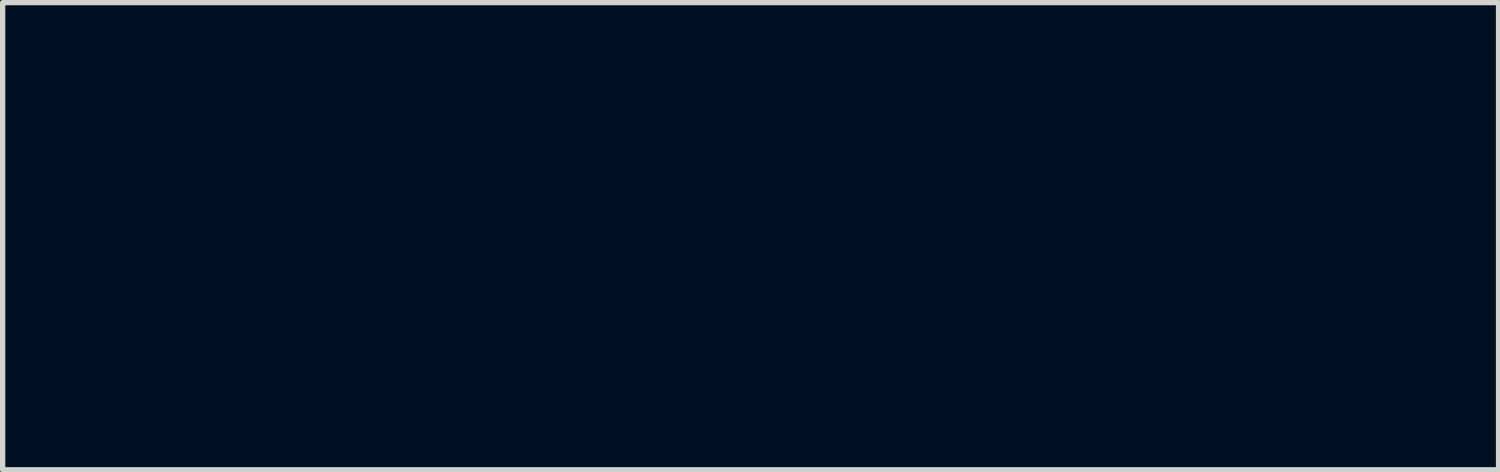
<source format=kicad_pcb>
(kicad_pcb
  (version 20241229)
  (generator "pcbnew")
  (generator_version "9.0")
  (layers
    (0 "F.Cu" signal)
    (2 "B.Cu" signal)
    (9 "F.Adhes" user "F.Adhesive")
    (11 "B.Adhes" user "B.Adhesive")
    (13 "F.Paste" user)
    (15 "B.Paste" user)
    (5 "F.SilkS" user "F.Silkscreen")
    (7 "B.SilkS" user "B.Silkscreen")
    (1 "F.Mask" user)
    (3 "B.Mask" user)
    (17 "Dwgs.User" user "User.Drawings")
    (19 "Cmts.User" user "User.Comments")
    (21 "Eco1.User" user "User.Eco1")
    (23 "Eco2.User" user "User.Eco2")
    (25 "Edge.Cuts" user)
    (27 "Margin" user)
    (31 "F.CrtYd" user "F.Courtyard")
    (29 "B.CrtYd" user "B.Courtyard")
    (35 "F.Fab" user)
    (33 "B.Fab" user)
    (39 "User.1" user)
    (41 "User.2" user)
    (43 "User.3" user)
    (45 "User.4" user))
  (footprint "cryptovillageBMask"
    (layer "F.Cu")
    (at 11.147 1.418)
    (property "Reference" "cryptovillageBMask" (at 0 0 0) (layer "B.Mask") (effects (font (size 1.524 1.524) (thickness 0.3)) (justify mirror)))
    (attr through_hole)
    (fp_poly (pts (xy -2.765 -0.984) (xy -2.794 -0.981) (xy -2.815 -0.976) (xy -2.83 -0.968) (xy -2.841 -0.955) (xy -2.847 -0.944) (xy -2.849 -0.94) (xy -2.85 -0.935) (xy -2.851 -0.927) (xy -2.852 -0.916) (xy -2.853 -0.902) (xy -2.854 -0.884) (xy -2.854 -0.861) (xy -2.855 -0.833) (xy -2.856 -0.799) (xy -2.856 -0.759) (xy -2.856 -0.711) (xy -2.857 -0.656) (xy -2.857 -0.592) (xy -2.857 -0.519) (xy -2.857 -0.437) (xy -2.857 -0.345) (xy -2.857 -0.242) (xy -2.857 -0.128) (xy -2.857 -0.001) (xy -2.857 0.034) (xy -2.857 0.991) (xy -2.768 0.991) (xy -2.733 0.991) (xy -2.708 0.99) (xy -2.691 0.989) (xy -2.68 0.986) (xy -2.672 0.982) (xy -2.665 0.977) (xy -2.664 0.975) (xy -2.648 0.959) (xy -2.648 -0.984) (xy -2.724 -0.984) (xy -2.765 -0.984)) (stroke (width 0.01) (type solid)) (fill yes) (layer "B.Mask"))
    (fp_poly (pts (xy -5.723 -0.984) (xy -5.753 -0.982) (xy -5.774 -0.979) (xy -5.782 -0.977) (xy -5.787 -0.975) (xy -5.791 -0.973) (xy -5.795 -0.971) (xy -5.799 -0.967) (xy -5.802 -0.963) (xy -5.804 -0.955) (xy -5.807 -0.945) (xy -5.809 -0.932) (xy -5.811 -0.914) (xy -5.812 -0.891) (xy -5.813 -0.863) (xy -5.814 -0.829) (xy -5.815 -0.788) (xy -5.816 -0.74) (xy -5.816 -0.684) (xy -5.816 -0.619) (xy -5.816 -0.545) (xy -5.817 -0.462) (xy -5.817 -0.367) (xy -5.817 -0.262) (xy -5.817 -0.145) (xy -5.817 -0.073) (xy -5.817 0.787) (xy -6.273 0.791) (xy -6.241 0.864) (xy -6.225 0.9) (xy -6.212 0.926) (xy -6.202 0.945) (xy -6.193 0.957) (xy -6.183 0.966) (xy -6.172 0.973) (xy -6.163 0.978) (xy -6.156 0.981) (xy -6.149 0.983) (xy -6.139 0.986) (xy -6.127 0.987) (xy -6.11 0.988) (xy -6.088 0.989) (xy -6.059 0.99) (xy -6.021 0.99) (xy -5.975 0.991) (xy -5.918 0.991) (xy -5.872 0.991) (xy -5.607 0.991) (xy -5.607 -0.984) (xy -5.686 -0.984) (xy -5.723 -0.984)) (stroke (width 0.01) (type solid)) (fill yes) (layer "B.Mask"))
    (fp_poly (pts (xy -4.166 -0.984) (xy -4.195 -0.982) (xy -4.216 -0.98) (xy -4.229 -0.978) (xy -4.229 -0.978) (xy -4.234 -0.976) (xy -4.238 -0.973) (xy -4.241 -0.971) (xy -4.245 -0.967) (xy -4.247 -0.962) (xy -4.25 -0.954) (xy -4.252 -0.943) (xy -4.254 -0.929) (xy -4.255 -0.91) (xy -4.257 -0.886) (xy -4.258 -0.857) (xy -4.259 -0.822) (xy -4.259 -0.78) (xy -4.26 -0.73) (xy -4.26 -0.672) (xy -4.261 -0.606) (xy -4.261 -0.53) (xy -4.261 -0.445) (xy -4.261 -0.349) (xy -4.261 -0.241) (xy -4.261 -0.122) (xy -4.261 -0.073) (xy -4.261 0.787) (xy -4.489 0.787) (xy -4.542 0.787) (xy -4.59 0.788) (xy -4.633 0.788) (xy -4.668 0.788) (xy -4.695 0.789) (xy -4.712 0.789) (xy -4.718 0.79) (xy -4.716 0.797) (xy -4.709 0.813) (xy -4.699 0.836) (xy -4.687 0.862) (xy -4.675 0.889) (xy -4.663 0.914) (xy -4.653 0.934) (xy -4.646 0.948) (xy -4.644 0.951) (xy -4.632 0.963) (xy -4.615 0.975) (xy -4.608 0.978) (xy -4.601 0.981) (xy -4.593 0.984) (xy -4.582 0.986) (xy -4.568 0.987) (xy -4.549 0.988) (xy -4.524 0.989) (xy -4.492 0.99) (xy -4.451 0.99) (xy -4.401 0.99) (xy -4.339 0.99) (xy -4.316 0.99) (xy -4.051 0.991) (xy -4.051 -0.984) (xy -4.134 -0.984) (xy -4.166 -0.984)) (stroke (width 0.01) (type solid)) (fill yes) (layer "B.Mask"))
    (fp_poly (pts (xy 1.606 -0.97) (xy 1.617 -0.943) (xy 1.631 -0.913) (xy 1.646 -0.883) (xy 1.661 -0.854) (xy 1.675 -0.83) (xy 1.686 -0.813) (xy 1.69 -0.808) (xy 1.703 -0.798) (xy 1.717 -0.791) (xy 1.736 -0.786) (xy 1.762 -0.783) (xy 1.795 -0.782) (xy 1.839 -0.781) (xy 1.849 -0.781) (xy 1.887 -0.781) (xy 1.914 -0.781) (xy 1.933 -0.779) (xy 1.946 -0.777) (xy 1.955 -0.774) (xy 1.962 -0.769) (xy 1.967 -0.766) (xy 1.984 -0.75) (xy 1.986 0.12) (xy 1.988 0.991) (xy 2.077 0.991) (xy 2.112 0.99) (xy 2.138 0.99) (xy 2.155 0.988) (xy 2.166 0.986) (xy 2.173 0.982) (xy 2.178 0.978) (xy 2.18 0.976) (xy 2.181 0.973) (xy 2.183 0.97) (xy 2.184 0.964) (xy 2.185 0.956) (xy 2.186 0.945) (xy 2.187 0.93) (xy 2.188 0.911) (xy 2.189 0.886) (xy 2.189 0.856) (xy 2.19 0.82) (xy 2.19 0.777) (xy 2.19 0.726) (xy 2.19 0.667) (xy 2.191 0.6) (xy 2.191 0.522) (xy 2.191 0.435) (xy 2.191 0.337) (xy 2.191 0.228) (xy 2.191 0.106) (xy 2.191 -0.781) (xy 2.477 -0.781) (xy 2.475 -0.867) (xy 2.474 -0.902) (xy 2.473 -0.926) (xy 2.472 -0.942) (xy 2.469 -0.953) (xy 2.464 -0.96) (xy 2.458 -0.967) (xy 2.456 -0.969) (xy 2.438 -0.984) (xy 1.601 -0.984) (xy 1.606 -0.97)) (stroke (width 0.01) (type solid)) (fill yes) (layer "B.Mask"))
    (fp_poly (pts (xy 4.969 -0.97) (xy 4.971 -0.962) (xy 4.975 -0.942) (xy 4.981 -0.912) (xy 4.99 -0.872) (xy 5 -0.823) (xy 5.012 -0.766) (xy 5.025 -0.702) (xy 5.04 -0.633) (xy 5.056 -0.558) (xy 5.072 -0.478) (xy 5.09 -0.397) (xy 5.207 0.162) (xy 5.207 0.991) (xy 5.384 0.991) (xy 5.4 0.971) (xy 5.417 0.952) (xy 5.417 0.175) (xy 5.662 -0.981) (xy 5.574 -0.983) (xy 5.533 -0.983) (xy 5.503 -0.982) (xy 5.482 -0.979) (xy 5.467 -0.973) (xy 5.457 -0.963) (xy 5.45 -0.95) (xy 5.449 -0.947) (xy 5.447 -0.938) (xy 5.443 -0.917) (xy 5.437 -0.887) (xy 5.429 -0.847) (xy 5.421 -0.799) (xy 5.411 -0.745) (xy 5.4 -0.686) (xy 5.389 -0.622) (xy 5.382 -0.578) (xy 5.37 -0.512) (xy 5.359 -0.45) (xy 5.349 -0.393) (xy 5.34 -0.342) (xy 5.332 -0.297) (xy 5.326 -0.261) (xy 5.321 -0.235) (xy 5.317 -0.218) (xy 5.316 -0.214) (xy 5.314 -0.218) (xy 5.31 -0.233) (xy 5.305 -0.26) (xy 5.297 -0.297) (xy 5.289 -0.343) (xy 5.278 -0.399) (xy 5.267 -0.462) (xy 5.254 -0.533) (xy 5.247 -0.576) (xy 5.182 -0.949) (xy 5.163 -0.967) (xy 5.155 -0.974) (xy 5.147 -0.978) (xy 5.137 -0.982) (xy 5.122 -0.983) (xy 5.101 -0.984) (xy 5.07 -0.984) (xy 5.054 -0.984) (xy 4.965 -0.984) (xy 4.969 -0.97)) (stroke (width 0.01) (type solid)) (fill yes) (layer "B.Mask"))
    (fp_poly (pts (xy 3.742 -0.983) (xy 3.527 -0.981) (xy 3.486 -0.961) (xy 3.438 -0.931) (xy 3.398 -0.891) (xy 3.367 -0.846) (xy 3.363 -0.838) (xy 3.343 -0.797) (xy 3.342 -0.481) (xy 3.341 -0.404) (xy 3.341 -0.337) (xy 3.341 -0.281) (xy 3.342 -0.234) (xy 3.343 -0.195) (xy 3.345 -0.163) (xy 3.347 -0.137) (xy 3.35 -0.115) (xy 3.354 -0.096) (xy 3.359 -0.079) (xy 3.366 -0.063) (xy 3.373 -0.047) (xy 3.375 -0.042) (xy 3.389 -0.017) (xy 3.407 0.009) (xy 3.419 0.024) (xy 3.451 0.054) (xy 3.488 0.077) (xy 3.531 0.093) (xy 3.582 0.103) (xy 3.642 0.107) (xy 3.669 0.108) (xy 3.747 0.108) (xy 3.747 0.991) (xy 3.838 0.991) (xy 3.874 0.991) (xy 3.899 0.99) (xy 3.916 0.989) (xy 3.927 0.987) (xy 3.934 0.983) (xy 3.94 0.978) (xy 3.943 0.974) (xy 3.956 0.957) (xy 3.956 -0.089) (xy 3.747 -0.089) (xy 3.682 -0.089) (xy 3.65 -0.089) (xy 3.628 -0.091) (xy 3.612 -0.095) (xy 3.598 -0.1) (xy 3.595 -0.102) (xy 3.576 -0.116) (xy 3.558 -0.134) (xy 3.556 -0.138) (xy 3.54 -0.161) (xy 3.538 -0.423) (xy 3.538 -0.493) (xy 3.538 -0.552) (xy 3.538 -0.6) (xy 3.539 -0.639) (xy 3.54 -0.67) (xy 3.542 -0.694) (xy 3.545 -0.713) (xy 3.549 -0.727) (xy 3.554 -0.738) (xy 3.561 -0.748) (xy 3.568 -0.756) (xy 3.571 -0.759) (xy 3.591 -0.775) (xy 3.615 -0.786) (xy 3.647 -0.792) (xy 3.687 -0.794) (xy 3.694 -0.794) (xy 3.747 -0.794) (xy 3.747 -0.089) (xy 3.956 -0.089) (xy 3.956 -0.985) (xy 3.742 -0.983)) (stroke (width 0.01) (type solid)) (fill yes) (layer "B.Mask"))
    (fp_poly (pts (xy -11.029 -0.929) (xy -11.016 -0.901) (xy -11.004 -0.875) (xy -10.995 -0.854) (xy -10.992 -0.848) (xy -10.981 -0.827) (xy -10.969 -0.81) (xy -10.954 -0.798) (xy -10.933 -0.789) (xy -10.906 -0.783) (xy -10.87 -0.779) (xy -10.825 -0.777) (xy -10.8 -0.776) (xy -10.759 -0.775) (xy -10.729 -0.774) (xy -10.708 -0.772) (xy -10.695 -0.77) (xy -10.686 -0.768) (xy -10.681 -0.764) (xy -10.677 -0.76) (xy -10.675 -0.755) (xy -10.673 -0.747) (xy -10.672 -0.735) (xy -10.671 -0.717) (xy -10.67 -0.693) (xy -10.669 -0.661) (xy -10.668 -0.621) (xy -10.668 -0.571) (xy -10.668 -0.51) (xy -10.668 -0.446) (xy -10.668 -0.146) (xy -10.972 -0.146) (xy -10.95 -0.094) (xy -10.93 -0.048) (xy -10.913 -0.012) (xy -10.898 0.015) (xy -10.882 0.033) (xy -10.865 0.045) (xy -10.844 0.053) (xy -10.819 0.056) (xy -10.788 0.057) (xy -10.777 0.057) (xy -10.736 0.058) (xy -10.706 0.063) (xy -10.686 0.07) (xy -10.674 0.082) (xy -10.672 0.086) (xy -10.671 0.094) (xy -10.671 0.114) (xy -10.67 0.144) (xy -10.669 0.183) (xy -10.669 0.23) (xy -10.668 0.283) (xy -10.668 0.343) (xy -10.668 0.406) (xy -10.668 0.442) (xy -10.668 0.787) (xy -10.878 0.787) (xy -10.942 0.788) (xy -10.995 0.788) (xy -11.037 0.789) (xy -11.066 0.79) (xy -11.083 0.792) (xy -11.087 0.794) (xy -11.084 0.804) (xy -11.077 0.823) (xy -11.066 0.847) (xy -11.054 0.875) (xy -11.04 0.902) (xy -11.028 0.927) (xy -11.017 0.946) (xy -11.01 0.957) (xy -11.009 0.958) (xy -11.002 0.966) (xy -10.994 0.972) (xy -10.984 0.978) (xy -10.973 0.982) (xy -10.957 0.985) (xy -10.936 0.987) (xy -10.908 0.989) (xy -10.873 0.99) (xy -10.829 0.99) (xy -10.775 0.991) (xy -10.71 0.991) (xy -10.706 0.991) (xy -10.458 0.991) (xy -10.458 -0.947) (xy -10.477 -0.966) (xy -10.496 -0.984) (xy -10.775 -0.984) (xy -11.055 -0.984) (xy -11.029 -0.929)) (stroke (width 0.01) (type solid)) (fill yes) (layer "B.Mask"))
    (fp_poly (pts (xy 7.031 -0.983) (xy 6.81 -0.981) (xy 6.768 -0.96) (xy 6.723 -0.932) (xy 6.685 -0.894) (xy 6.654 -0.849) (xy 6.649 -0.838) (xy 6.633 -0.803) (xy 6.631 -0.433) (xy 6.63 -0.349) (xy 6.63 -0.277) (xy 6.63 -0.216) (xy 6.631 -0.165) (xy 6.631 -0.123) (xy 6.633 -0.088) (xy 6.635 -0.06) (xy 6.637 -0.038) (xy 6.64 -0.02) (xy 6.645 -0.006) (xy 6.65 0.004) (xy 6.656 0.014) (xy 6.663 0.022) (xy 6.67 0.03) (xy 6.683 0.042) (xy 6.687 0.05) (xy 6.684 0.056) (xy 6.679 0.062) (xy 6.661 0.084) (xy 6.647 0.116) (xy 6.637 0.151) (xy 6.635 0.165) (xy 6.633 0.191) (xy 6.632 0.228) (xy 6.631 0.276) (xy 6.63 0.337) (xy 6.63 0.41) (xy 6.63 0.495) (xy 6.629 0.588) (xy 6.629 0.991) (xy 6.839 0.991) (xy 6.839 0.224) (xy 6.853 0.197) (xy 6.867 0.176) (xy 6.883 0.162) (xy 6.904 0.153) (xy 6.932 0.148) (xy 6.97 0.146) (xy 6.977 0.146) (xy 7.042 0.146) (xy 7.042 0.991) (xy 7.252 0.991) (xy 7.252 -0.049) (xy 7.042 -0.049) (xy 6.974 -0.052) (xy 6.931 -0.056) (xy 6.9 -0.061) (xy 6.885 -0.066) (xy 6.868 -0.079) (xy 6.854 -0.097) (xy 6.852 -0.101) (xy 6.849 -0.108) (xy 6.846 -0.115) (xy 6.844 -0.123) (xy 6.843 -0.135) (xy 6.841 -0.151) (xy 6.84 -0.172) (xy 6.84 -0.2) (xy 6.839 -0.235) (xy 6.839 -0.28) (xy 6.839 -0.334) (xy 6.839 -0.399) (xy 6.839 -0.424) (xy 6.839 -0.493) (xy 6.839 -0.552) (xy 6.839 -0.599) (xy 6.84 -0.638) (xy 6.84 -0.668) (xy 6.841 -0.692) (xy 6.843 -0.709) (xy 6.844 -0.722) (xy 6.846 -0.732) (xy 6.848 -0.739) (xy 6.85 -0.743) (xy 6.862 -0.761) (xy 6.878 -0.775) (xy 6.9 -0.784) (xy 6.931 -0.789) (xy 6.971 -0.792) (xy 6.973 -0.793) (xy 7.042 -0.795) (xy 7.042 -0.049) (xy 7.252 -0.049) (xy 7.252 -0.985) (xy 7.031 -0.983)) (stroke (width 0.01) (type solid)) (fill yes) (layer "B.Mask"))
    (fp_poly (pts (xy 0.265 -0.982) (xy 0.217 -0.952) (xy 0.176 -0.912) (xy 0.145 -0.866) (xy 0.125 -0.814) (xy 0.121 -0.794) (xy 0.12 -0.783) (xy 0.119 -0.76) (xy 0.118 -0.726) (xy 0.117 -0.683) (xy 0.117 -0.63) (xy 0.116 -0.57) (xy 0.116 -0.503) (xy 0.115 -0.429) (xy 0.115 -0.351) (xy 0.115 -0.269) (xy 0.114 -0.184) (xy 0.114 -0.097) (xy 0.114 -0.009) (xy 0.114 0.079) (xy 0.114 0.167) (xy 0.115 0.252) (xy 0.115 0.335) (xy 0.115 0.414) (xy 0.115 0.489) (xy 0.116 0.557) (xy 0.116 0.619) (xy 0.117 0.673) (xy 0.118 0.719) (xy 0.119 0.755) (xy 0.119 0.781) (xy 0.12 0.795) (xy 0.12 0.796) (xy 0.135 0.85) (xy 0.161 0.9) (xy 0.197 0.942) (xy 0.24 0.975) (xy 0.26 0.986) (xy 0.301 1.006) (xy 0.438 1.008) (xy 0.484 1.008) (xy 0.52 1.008) (xy 0.547 1.008) (xy 0.567 1.007) (xy 0.583 1.004) (xy 0.596 1.001) (xy 0.608 0.998) (xy 0.659 0.973) (xy 0.702 0.938) (xy 0.737 0.894) (xy 0.754 0.864) (xy 0.772 0.829) (xy 0.772 -0.747) (xy 0.565 -0.747) (xy 0.565 0.754) (xy 0.551 0.775) (xy 0.524 0.804) (xy 0.491 0.823) (xy 0.453 0.83) (xy 0.413 0.826) (xy 0.411 0.825) (xy 0.382 0.812) (xy 0.357 0.791) (xy 0.34 0.766) (xy 0.339 0.764) (xy 0.337 0.754) (xy 0.336 0.733) (xy 0.335 0.701) (xy 0.334 0.659) (xy 0.333 0.608) (xy 0.332 0.549) (xy 0.331 0.484) (xy 0.331 0.413) (xy 0.33 0.337) (xy 0.33 0.256) (xy 0.329 0.173) (xy 0.329 0.089) (xy 0.329 0.003) (xy 0.329 -0.083) (xy 0.329 -0.168) (xy 0.33 -0.251) (xy 0.33 -0.331) (xy 0.331 -0.407) (xy 0.331 -0.478) (xy 0.332 -0.544) (xy 0.333 -0.602) (xy 0.334 -0.653) (xy 0.335 -0.695) (xy 0.336 -0.727) (xy 0.337 -0.748) (xy 0.339 -0.758) (xy 0.357 -0.786) (xy 0.383 -0.807) (xy 0.413 -0.819) (xy 0.447 -0.823) (xy 0.481 -0.818) (xy 0.512 -0.805) (xy 0.54 -0.783) (xy 0.551 -0.769) (xy 0.565 -0.747) (xy 0.772 -0.747) (xy 0.772 -0.822) (xy 0.755 -0.859) (xy 0.726 -0.904) (xy 0.689 -0.944) (xy 0.645 -0.975) (xy 0.636 -0.98) (xy 0.594 -1) (xy 0.302 -1) (xy 0.265 -0.982)) (stroke (width 0.01) (type solid)) (fill yes) (layer "B.Mask"))
    (fp_poly (pts (xy -1.625 -0.951) (xy -1.623 -0.941) (xy -1.62 -0.919) (xy -1.615 -0.886) (xy -1.608 -0.843) (xy -1.6 -0.79) (xy -1.591 -0.728) (xy -1.58 -0.657) (xy -1.568 -0.58) (xy -1.555 -0.495) (xy -1.541 -0.404) (xy -1.527 -0.309) (xy -1.511 -0.208) (xy -1.495 -0.103) (xy -1.479 0.004) (xy -1.477 0.019) (xy -1.46 0.127) (xy -1.444 0.231) (xy -1.429 0.332) (xy -1.414 0.427) (xy -1.4 0.518) (xy -1.387 0.602) (xy -1.375 0.68) (xy -1.365 0.75) (xy -1.355 0.811) (xy -1.347 0.864) (xy -1.34 0.908) (xy -1.335 0.941) (xy -1.332 0.962) (xy -1.33 0.973) (xy -1.33 0.973) (xy -1.326 0.991) (xy -1.258 0.99) (xy -1.222 0.99) (xy -1.196 0.987) (xy -1.177 0.983) (xy -1.17 0.98) (xy -1.145 0.962) (xy -1.125 0.933) (xy -1.109 0.897) (xy -1.108 0.892) (xy -1.106 0.883) (xy -1.103 0.862) (xy -1.097 0.831) (xy -1.091 0.789) (xy -1.083 0.739) (xy -1.073 0.68) (xy -1.063 0.614) (xy -1.051 0.541) (xy -1.039 0.463) (xy -1.026 0.379) (xy -1.012 0.292) (xy -0.998 0.202) (xy -0.984 0.11) (xy -0.969 0.016) (xy -0.955 -0.078) (xy -0.94 -0.172) (xy -0.926 -0.265) (xy -0.912 -0.356) (xy -0.899 -0.444) (xy -0.886 -0.528) (xy -0.874 -0.607) (xy -0.862 -0.681) (xy -0.852 -0.748) (xy -0.843 -0.809) (xy -0.835 -0.861) (xy -0.829 -0.904) (xy -0.824 -0.938) (xy -0.821 -0.961) (xy -0.819 -0.973) (xy -0.819 -0.973) (xy -0.82 -0.978) (xy -0.825 -0.981) (xy -0.836 -0.983) (xy -0.853 -0.984) (xy -0.881 -0.984) (xy -0.907 -0.984) (xy -0.942 -0.984) (xy -0.967 -0.984) (xy -0.984 -0.982) (xy -0.994 -0.98) (xy -1.002 -0.976) (xy -1.007 -0.97) (xy -1.008 -0.97) (xy -1.02 -0.955) (xy -1.027 -0.943) (xy -1.029 -0.935) (xy -1.033 -0.915) (xy -1.038 -0.885) (xy -1.045 -0.845) (xy -1.053 -0.795) (xy -1.062 -0.737) (xy -1.072 -0.672) (xy -1.083 -0.601) (xy -1.095 -0.524) (xy -1.108 -0.442) (xy -1.121 -0.356) (xy -1.128 -0.311) (xy -1.141 -0.225) (xy -1.154 -0.142) (xy -1.166 -0.064) (xy -1.177 0.009) (xy -1.188 0.075) (xy -1.197 0.134) (xy -1.205 0.185) (xy -1.212 0.228) (xy -1.218 0.261) (xy -1.222 0.283) (xy -1.224 0.294) (xy -1.224 0.295) (xy -1.226 0.287) (xy -1.229 0.267) (xy -1.233 0.237) (xy -1.239 0.197) (xy -1.247 0.147) (xy -1.256 0.089) (xy -1.266 0.024) (xy -1.277 -0.047) (xy -1.288 -0.125) (xy -1.301 -0.207) (xy -1.314 -0.293) (xy -1.323 -0.349) (xy -1.419 -0.981) (xy -1.63 -0.985) (xy -1.625 -0.951)) (stroke (width 0.01) (type solid)) (fill yes) (layer "B.Mask"))
    (fp_poly (pts (xy -7.371 -0.983) (xy -7.402 -0.98) (xy -7.424 -0.974) (xy -7.441 -0.963) (xy -7.453 -0.948) (xy -7.461 -0.932) (xy -7.464 -0.922) (xy -7.468 -0.9) (xy -7.474 -0.866) (xy -7.482 -0.821) (xy -7.492 -0.764) (xy -7.503 -0.695) (xy -7.516 -0.614) (xy -7.531 -0.521) (xy -7.547 -0.416) (xy -7.565 -0.298) (xy -7.585 -0.168) (xy -7.607 -0.026) (xy -7.616 0.035) (xy -7.633 0.143) (xy -7.649 0.247) (xy -7.664 0.347) (xy -7.679 0.443) (xy -7.692 0.533) (xy -7.705 0.617) (xy -7.717 0.694) (xy -7.727 0.763) (xy -7.736 0.824) (xy -7.744 0.876) (xy -7.751 0.919) (xy -7.755 0.951) (xy -7.758 0.973) (xy -7.76 0.982) (xy -7.76 0.983) (xy -7.757 0.986) (xy -7.747 0.988) (xy -7.728 0.989) (xy -7.7 0.99) (xy -7.661 0.991) (xy -7.645 0.991) (xy -7.609 0.99) (xy -7.577 0.99) (xy -7.552 0.988) (xy -7.536 0.987) (xy -7.531 0.985) (xy -7.53 0.978) (xy -7.528 0.959) (xy -7.524 0.929) (xy -7.519 0.89) (xy -7.513 0.843) (xy -7.506 0.788) (xy -7.498 0.727) (xy -7.489 0.66) (xy -7.48 0.589) (xy -7.47 0.514) (xy -7.46 0.437) (xy -7.45 0.359) (xy -7.439 0.28) (xy -7.429 0.202) (xy -7.419 0.126) (xy -7.409 0.052) (xy -7.4 -0.018) (xy -7.391 -0.084) (xy -7.383 -0.144) (xy -7.376 -0.197) (xy -7.37 -0.242) (xy -7.365 -0.279) (xy -7.361 -0.306) (xy -7.359 -0.323) (xy -7.358 -0.327) (xy -7.357 -0.322) (xy -7.354 -0.304) (xy -7.35 -0.275) (xy -7.345 -0.237) (xy -7.339 -0.189) (xy -7.331 -0.132) (xy -7.323 -0.068) (xy -7.313 0.003) (xy -7.303 0.08) (xy -7.292 0.162) (xy -7.281 0.248) (xy -7.272 0.319) (xy -7.26 0.409) (xy -7.249 0.495) (xy -7.238 0.577) (xy -7.228 0.653) (xy -7.219 0.724) (xy -7.21 0.788) (xy -7.203 0.844) (xy -7.196 0.892) (xy -7.191 0.93) (xy -7.187 0.958) (xy -7.185 0.975) (xy -7.184 0.979) (xy -7.182 0.983) (xy -7.177 0.986) (xy -7.167 0.988) (xy -7.151 0.99) (xy -7.127 0.99) (xy -7.093 0.991) (xy -7.067 0.991) (xy -6.952 0.991) (xy -6.956 0.973) (xy -6.957 0.965) (xy -6.96 0.945) (xy -6.965 0.915) (xy -6.971 0.874) (xy -6.979 0.825) (xy -6.988 0.767) (xy -6.998 0.701) (xy -7.009 0.629) (xy -7.02 0.551) (xy -7.033 0.468) (xy -7.046 0.38) (xy -7.06 0.29) (xy -7.074 0.196) (xy -7.089 0.101) (xy -7.103 0.006) (xy -7.118 -0.09) (xy -7.132 -0.186) (xy -7.146 -0.279) (xy -7.16 -0.371) (xy -7.173 -0.459) (xy -7.186 -0.542) (xy -7.198 -0.622) (xy -7.209 -0.695) (xy -7.219 -0.762) (xy -7.228 -0.821) (xy -7.236 -0.872) (xy -7.242 -0.915) (xy -7.247 -0.947) (xy -7.25 -0.969) (xy -7.252 -0.979) (xy -7.252 -0.98) (xy -7.258 -0.982) (xy -7.274 -0.983) (xy -7.298 -0.984) (xy -7.327 -0.984) (xy -7.329 -0.984) (xy -7.371 -0.983)) (stroke (width 0.01) (type solid)) (fill yes) (layer "B.Mask"))
    (fp_poly (pts (xy 8.449 -0.98) (xy 8.408 -0.953) (xy 8.37 -0.916) (xy 8.341 -0.875) (xy 8.332 -0.859) (xy 8.315 -0.822) (xy 8.315 -0.39) (xy 8.332 -0.368) (xy 8.343 -0.356) (xy 8.361 -0.344) (xy 8.386 -0.33) (xy 8.421 -0.313) (xy 8.424 -0.312) (xy 8.453 -0.299) (xy 8.478 -0.288) (xy 8.497 -0.279) (xy 8.507 -0.275) (xy 8.507 -0.275) (xy 8.509 -0.277) (xy 8.511 -0.286) (xy 8.512 -0.302) (xy 8.514 -0.326) (xy 8.515 -0.36) (xy 8.515 -0.404) (xy 8.516 -0.459) (xy 8.517 -0.513) (xy 8.519 -0.753) (xy 8.536 -0.777) (xy 8.563 -0.803) (xy 8.595 -0.818) (xy 8.629 -0.821) (xy 8.647 -0.818) (xy 8.676 -0.806) (xy 8.699 -0.786) (xy 8.712 -0.768) (xy 8.714 -0.764) (xy 8.715 -0.761) (xy 8.717 -0.756) (xy 8.718 -0.749) (xy 8.72 -0.74) (xy 8.721 -0.728) (xy 8.722 -0.712) (xy 8.722 -0.691) (xy 8.723 -0.666) (xy 8.724 -0.634) (xy 8.724 -0.596) (xy 8.724 -0.55) (xy 8.724 -0.496) (xy 8.725 -0.434) (xy 8.725 -0.362) (xy 8.725 -0.28) (xy 8.725 -0.187) (xy 8.725 -0.083) (xy 8.725 0.002) (xy 8.725 0.117) (xy 8.725 0.219) (xy 8.725 0.31) (xy 8.725 0.391) (xy 8.725 0.462) (xy 8.724 0.523) (xy 8.724 0.576) (xy 8.723 0.621) (xy 8.722 0.659) (xy 8.721 0.69) (xy 8.72 0.716) (xy 8.718 0.737) (xy 8.716 0.753) (xy 8.714 0.765) (xy 8.711 0.774) (xy 8.708 0.781) (xy 8.704 0.787) (xy 8.7 0.791) (xy 8.695 0.795) (xy 8.69 0.8) (xy 8.689 0.801) (xy 8.661 0.82) (xy 8.629 0.827) (xy 8.597 0.825) (xy 8.567 0.812) (xy 8.542 0.789) (xy 8.531 0.774) (xy 8.527 0.767) (xy 8.524 0.758) (xy 8.522 0.747) (xy 8.52 0.731) (xy 8.519 0.709) (xy 8.518 0.679) (xy 8.517 0.641) (xy 8.516 0.591) (xy 8.515 0.577) (xy 8.512 0.402) (xy 8.495 0.377) (xy 8.487 0.365) (xy 8.476 0.355) (xy 8.461 0.346) (xy 8.439 0.334) (xy 8.408 0.32) (xy 8.403 0.318) (xy 8.374 0.305) (xy 8.349 0.294) (xy 8.33 0.286) (xy 8.32 0.281) (xy 8.32 0.281) (xy 8.318 0.282) (xy 8.316 0.289) (xy 8.315 0.301) (xy 8.314 0.32) (xy 8.313 0.347) (xy 8.313 0.383) (xy 8.313 0.429) (xy 8.313 0.486) (xy 8.313 0.553) (xy 8.315 0.829) (xy 8.332 0.865) (xy 8.36 0.911) (xy 8.398 0.95) (xy 8.442 0.981) (xy 8.451 0.986) (xy 8.493 1.006) (xy 8.614 1.008) (xy 8.657 1.009) (xy 8.69 1.008) (xy 8.715 1.008) (xy 8.734 1.006) (xy 8.749 1.003) (xy 8.762 0.999) (xy 8.767 0.998) (xy 8.819 0.973) (xy 8.862 0.938) (xy 8.897 0.894) (xy 8.914 0.864) (xy 8.931 0.829) (xy 8.931 -0.822) (xy 8.913 -0.86) (xy 8.886 -0.902) (xy 8.85 -0.941) (xy 8.81 -0.972) (xy 8.792 -0.981) (xy 8.753 -1) (xy 8.487 -1) (xy 8.449 -0.98)) (stroke (width 0.01) (type solid)) (fill yes) (layer "B.Mask"))
    (fp_poly (pts (xy -9.164 -0.98) (xy -9.213 -0.95) (xy -9.253 -0.911) (xy -9.283 -0.864) (xy -9.286 -0.859) (xy -9.306 -0.816) (xy -9.308 -0.611) (xy -9.308 -0.547) (xy -9.309 -0.495) (xy -9.308 -0.453) (xy -9.306 -0.42) (xy -9.301 -0.393) (xy -9.294 -0.372) (xy -9.284 -0.356) (xy -9.269 -0.342) (xy -9.25 -0.33) (xy -9.226 -0.318) (xy -9.197 -0.305) (xy -9.177 -0.296) (xy -9.151 -0.284) (xy -9.128 -0.275) (xy -9.112 -0.269) (xy -9.106 -0.267) (xy -9.104 -0.273) (xy -9.103 -0.292) (xy -9.101 -0.322) (xy -9.1 -0.364) (xy -9.1 -0.418) (xy -9.1 -0.482) (xy -9.1 -0.502) (xy -9.1 -0.566) (xy -9.099 -0.62) (xy -9.099 -0.663) (xy -9.098 -0.697) (xy -9.096 -0.723) (xy -9.093 -0.744) (xy -9.089 -0.759) (xy -9.085 -0.771) (xy -9.078 -0.78) (xy -9.071 -0.788) (xy -9.062 -0.795) (xy -9.031 -0.814) (xy -8.998 -0.821) (xy -8.966 -0.817) (xy -8.937 -0.801) (xy -8.912 -0.775) (xy -8.908 -0.769) (xy -8.893 -0.746) (xy -8.893 0.752) (xy -8.908 0.776) (xy -8.931 0.804) (xy -8.96 0.821) (xy -8.992 0.827) (xy -9.025 0.823) (xy -9.057 0.806) (xy -9.062 0.802) (xy -9.07 0.795) (xy -9.077 0.788) (xy -9.083 0.78) (xy -9.088 0.77) (xy -9.092 0.756) (xy -9.094 0.739) (xy -9.096 0.716) (xy -9.098 0.686) (xy -9.099 0.649) (xy -9.099 0.603) (xy -9.099 0.547) (xy -9.1 0.481) (xy -9.1 0.443) (xy -9.1 0.142) (xy -9.077 0.134) (xy -9.059 0.124) (xy -9.041 0.108) (xy -9.039 0.105) (xy -9.031 0.093) (xy -9.02 0.073) (xy -9.007 0.047) (xy -8.993 0.019) (xy -8.979 -0.009) (xy -8.967 -0.035) (xy -8.958 -0.055) (xy -8.954 -0.068) (xy -8.954 -0.071) (xy -8.958 -0.073) (xy -8.974 -0.075) (xy -9 -0.076) (xy -9.037 -0.076) (xy -9.087 -0.075) (xy -9.098 -0.075) (xy -9.149 -0.074) (xy -9.19 -0.073) (xy -9.22 -0.071) (xy -9.243 -0.067) (xy -9.261 -0.063) (xy -9.273 -0.056) (xy -9.283 -0.048) (xy -9.292 -0.037) (xy -9.294 -0.034) (xy -9.296 -0.03) (xy -9.298 -0.025) (xy -9.3 -0.018) (xy -9.302 -0.008) (xy -9.303 0.006) (xy -9.304 0.024) (xy -9.304 0.048) (xy -9.305 0.079) (xy -9.305 0.117) (xy -9.306 0.164) (xy -9.306 0.22) (xy -9.306 0.287) (xy -9.306 0.365) (xy -9.306 0.403) (xy -9.306 0.822) (xy -9.286 0.864) (xy -9.257 0.912) (xy -9.218 0.952) (xy -9.171 0.983) (xy -9.164 0.986) (xy -9.122 1.006) (xy -9.001 1.008) (xy -8.959 1.009) (xy -8.927 1.009) (xy -8.903 1.008) (xy -8.885 1.007) (xy -8.871 1.004) (xy -8.859 1) (xy -8.846 0.995) (xy -8.845 0.995) (xy -8.809 0.978) (xy -8.78 0.958) (xy -8.753 0.932) (xy -8.747 0.927) (xy -8.719 0.887) (xy -8.698 0.841) (xy -8.687 0.796) (xy -8.686 0.784) (xy -8.685 0.76) (xy -8.684 0.725) (xy -8.683 0.679) (xy -8.683 0.622) (xy -8.682 0.556) (xy -8.682 0.481) (xy -8.681 0.397) (xy -8.681 0.306) (xy -8.681 0.208) (xy -8.681 0.103) (xy -8.681 0.003) (xy -8.681 -0.107) (xy -8.681 -0.212) (xy -8.681 -0.309) (xy -8.681 -0.4) (xy -8.682 -0.483) (xy -8.682 -0.557) (xy -8.683 -0.622) (xy -8.683 -0.677) (xy -8.684 -0.723) (xy -8.685 -0.757) (xy -8.686 -0.779) (xy -8.687 -0.789) (xy -8.702 -0.844) (xy -8.727 -0.893) (xy -8.763 -0.935) (xy -8.807 -0.969) (xy -8.826 -0.98) (xy -8.868 -1) (xy -9.122 -1) (xy -9.164 -0.98)) (stroke (width 0.01) (type solid)) (fill yes) (layer "B.Mask"))
    (fp_poly (pts (xy 10.297 -0.815) (xy 10.252 -0.815) (xy 10.218 -0.815) (xy 10.191 -0.813) (xy 10.169 -0.811) (xy 10.15 -0.808) (xy 10.13 -0.804) (xy 10.108 -0.798) (xy 10.107 -0.798) (xy 10.021 -0.769) (xy 9.944 -0.731) (xy 9.875 -0.684) (xy 9.822 -0.637) (xy 9.785 -0.598) (xy 9.756 -0.562) (xy 9.732 -0.523) (xy 9.708 -0.479) (xy 9.706 -0.473) (xy 9.687 -0.431) (xy 9.672 -0.394) (xy 9.662 -0.358) (xy 9.655 -0.32) (xy 9.651 -0.277) (xy 9.649 -0.226) (xy 9.649 -0.187) (xy 9.649 -0.143) (xy 9.65 -0.109) (xy 9.651 -0.082) (xy 9.653 -0.059) (xy 9.657 -0.039) (xy 9.662 -0.018) (xy 9.664 -0.01) (xy 9.691 0.075) (xy 9.727 0.15) (xy 9.77 0.216) (xy 9.822 0.271) (xy 9.881 0.316) (xy 9.928 0.343) (xy 9.952 0.354) (xy 9.973 0.364) (xy 9.993 0.371) (xy 10.013 0.377) (xy 10.035 0.382) (xy 10.06 0.385) (xy 10.091 0.388) (xy 10.128 0.389) (xy 10.173 0.39) (xy 10.228 0.391) (xy 10.287 0.392) (xy 10.348 0.393) (xy 10.397 0.393) (xy 10.436 0.393) (xy 10.467 0.393) (xy 10.491 0.392) (xy 10.509 0.391) (xy 10.523 0.39) (xy 10.535 0.388) (xy 10.544 0.385) (xy 10.554 0.381) (xy 10.555 0.381) (xy 10.595 0.36) (xy 10.632 0.33) (xy 10.662 0.293) (xy 10.672 0.274) (xy 10.68 0.259) (xy 10.684 0.246) (xy 10.688 0.231) (xy 10.689 0.213) (xy 10.69 0.188) (xy 10.69 0.153) (xy 10.69 0.149) (xy 10.69 0.113) (xy 10.689 0.087) (xy 10.688 0.068) (xy 10.685 0.052) (xy 10.68 0.039) (xy 10.674 0.025) (xy 10.65 -0.016) (xy 10.621 -0.048) (xy 10.584 -0.073) (xy 10.574 -0.078) (xy 10.532 -0.098) (xy 10.411 -0.102) (xy 10.365 -0.103) (xy 10.33 -0.105) (xy 10.304 -0.107) (xy 10.285 -0.111) (xy 10.271 -0.117) (xy 10.261 -0.124) (xy 10.253 -0.135) (xy 10.249 -0.142) (xy 10.238 -0.17) (xy 10.238 -0.199) (xy 10.248 -0.226) (xy 10.268 -0.247) (xy 10.276 -0.252) (xy 10.284 -0.256) (xy 10.294 -0.259) (xy 10.308 -0.261) (xy 10.328 -0.262) (xy 10.355 -0.264) (xy 10.391 -0.265) (xy 10.437 -0.265) (xy 10.457 -0.266) (xy 10.5 -0.266) (xy 10.54 -0.267) (xy 10.572 -0.268) (xy 10.597 -0.269) (xy 10.613 -0.27) (xy 10.617 -0.271) (xy 10.615 -0.277) (xy 10.608 -0.293) (xy 10.597 -0.315) (xy 10.586 -0.339) (xy 10.573 -0.367) (xy 10.562 -0.388) (xy 10.552 -0.403) (xy 10.539 -0.414) (xy 10.523 -0.422) (xy 10.502 -0.426) (xy 10.474 -0.428) (xy 10.436 -0.429) (xy 10.389 -0.429) (xy 10.383 -0.429) (xy 10.337 -0.429) (xy 10.303 -0.428) (xy 10.277 -0.428) (xy 10.258 -0.426) (xy 10.244 -0.424) (xy 10.232 -0.421) (xy 10.221 -0.417) (xy 10.21 -0.412) (xy 10.17 -0.387) (xy 10.134 -0.354) (xy 10.108 -0.316) (xy 10.102 -0.305) (xy 10.099 -0.294) (xy 10.096 -0.28) (xy 10.094 -0.262) (xy 10.094 -0.237) (xy 10.093 -0.202) (xy 10.093 -0.184) (xy 10.093 -0.145) (xy 10.094 -0.116) (xy 10.095 -0.095) (xy 10.097 -0.08) (xy 10.101 -0.068) (xy 10.105 -0.057) (xy 10.108 -0.052) (xy 10.137 -0.009) (xy 10.175 0.025) (xy 10.203 0.043) (xy 10.216 0.049) (xy 10.228 0.053) (xy 10.241 0.057) (xy 10.258 0.059) (xy 10.279 0.061) (xy 10.309 0.062) (xy 10.348 0.063) (xy 10.363 0.064) (xy 10.407 0.065) (xy 10.44 0.066) (xy 10.464 0.068) (xy 10.481 0.07) (xy 10.493 0.073) (xy 10.501 0.077) (xy 10.505 0.079) (xy 10.526 0.1) (xy 10.538 0.125) (xy 10.54 0.153) (xy 10.533 0.18) (xy 10.518 0.203) (xy 10.494 0.219) (xy 10.493 0.219) (xy 10.479 0.222) (xy 10.455 0.225) (xy 10.422 0.227) (xy 10.382 0.228) (xy 10.338 0.229) (xy 10.291 0.229) (xy 10.244 0.229) (xy 10.198 0.228) (xy 10.156 0.226) (xy 10.12 0.224) (xy 10.091 0.222) (xy 10.076 0.219) (xy 10.016 0.2) (xy 9.962 0.171) (xy 9.916 0.131) (xy 9.877 0.081) (xy 9.845 0.022) (xy 9.823 -0.045) (xy 9.814 -0.088) (xy 9.809 -0.138) (xy 9.807 -0.191) (xy 9.809 -0.243) (xy 9.814 -0.289) (xy 9.819 -0.314) (xy 9.845 -0.387) (xy 9.88 -0.452) (xy 9.925 -0.509) (xy 9.98 -0.558) (xy 10.043 -0.599) (xy 10.113 -0.63) (xy 10.154 -0.642) (xy 10.199 -0.651) (xy 10.254 -0.656) (xy 10.313 -0.657) (xy 10.373 -0.654) (xy 10.431 -0.648) (xy 10.465 -0.642) (xy 10.551 -0.618) (xy 10.628 -0.585) (xy 10.697 -0.542) (xy 10.758 -0.491) (xy 10.809 -0.429) (xy 10.852 -0.359) (xy 10.886 -0.28) (xy 10.89 -0.269) (xy 10.912 -0.185) (xy 10.925 -0.096) (xy 10.928 -0.004) (xy 10.923 0.089) (xy 10.909 0.179) (xy 10.886 0.265) (xy 10.854 0.344) (xy 10.852 0.347) (xy 10.811 0.418) (xy 10.763 0.48) (xy 10.706 0.533) (xy 10.642 0.576) (xy 10.568 0.611) (xy 10.484 0.638) (xy 10.452 0.645) (xy 10.415 0.651) (xy 10.369 0.655) (xy 10.318 0.657) (xy 10.264 0.658) (xy 10.211 0.656) (xy 10.162 0.653) (xy 10.122 0.648) (xy 10.109 0.646) (xy 10.03 0.625) (xy 9.954 0.6) (xy 9.883 0.57) (xy 9.819 0.536) (xy 9.763 0.5) (xy 9.717 0.461) (xy 9.698 0.441) (xy 9.674 0.413) (xy 9.611 0.458) (xy 9.586 0.475) (xy 9.566 0.491) (xy 9.551 0.502) (xy 9.545 0.508) (xy 9.545 0.508) (xy 9.548 0.516) (xy 9.559 0.53) (xy 9.577 0.549) (xy 9.599 0.571) (xy 9.624 0.594) (xy 9.649 0.617) (xy 9.674 0.637) (xy 9.697 0.653) (xy 9.698 0.655) (xy 9.776 0.7) (xy 9.863 0.741) (xy 9.957 0.775) (xy 10.055 0.802) (xy 10.074 0.807) (xy 10.117 0.814) (xy 10.168 0.819) (xy 10.225 0.822) (xy 10.284 0.823) (xy 10.342 0.823) (xy 10.394 0.82) (xy 10.429 0.816) (xy 10.531 0.796) (xy 10.626 0.766) (xy 10.712 0.726) (xy 10.79 0.676) (xy 10.859 0.617) (xy 10.92 0.549) (xy 10.972 0.472) (xy 11.015 0.387) (xy 11.049 0.292) (xy 11.069 0.211) (xy 11.075 0.171) (xy 11.08 0.121) (xy 11.084 0.066) (xy 11.086 0.007) (xy 11.087 -0.05) (xy 11.086 -0.104) (xy 11.083 -0.151) (xy 11.081 -0.169) (xy 11.067 -0.249) (xy 11.044 -0.328) (xy 11.014 -0.404) (xy 10.979 -0.473) (xy 10.943 -0.527) (xy 10.882 -0.597) (xy 10.812 -0.657) (xy 10.733 -0.709) (xy 10.645 -0.752) (xy 10.549 -0.785) (xy 10.485 -0.802) (xy 10.461 -0.807) (xy 10.437 -0.81) (xy 10.412 -0.813) (xy 10.382 -0.814) (xy 10.345 -0.815) (xy 10.299 -0.815) (xy 10.297 -0.815)) (stroke (width 0.01) (type solid)) (fill yes) (layer "B.Mask")))
  (gr_rect
    (start -3 -3)
    (end 25.294 5.836)
    (stroke (width 0.1) (type default))
    (fill no)
    (layer "Edge.Cuts")))
</source>
